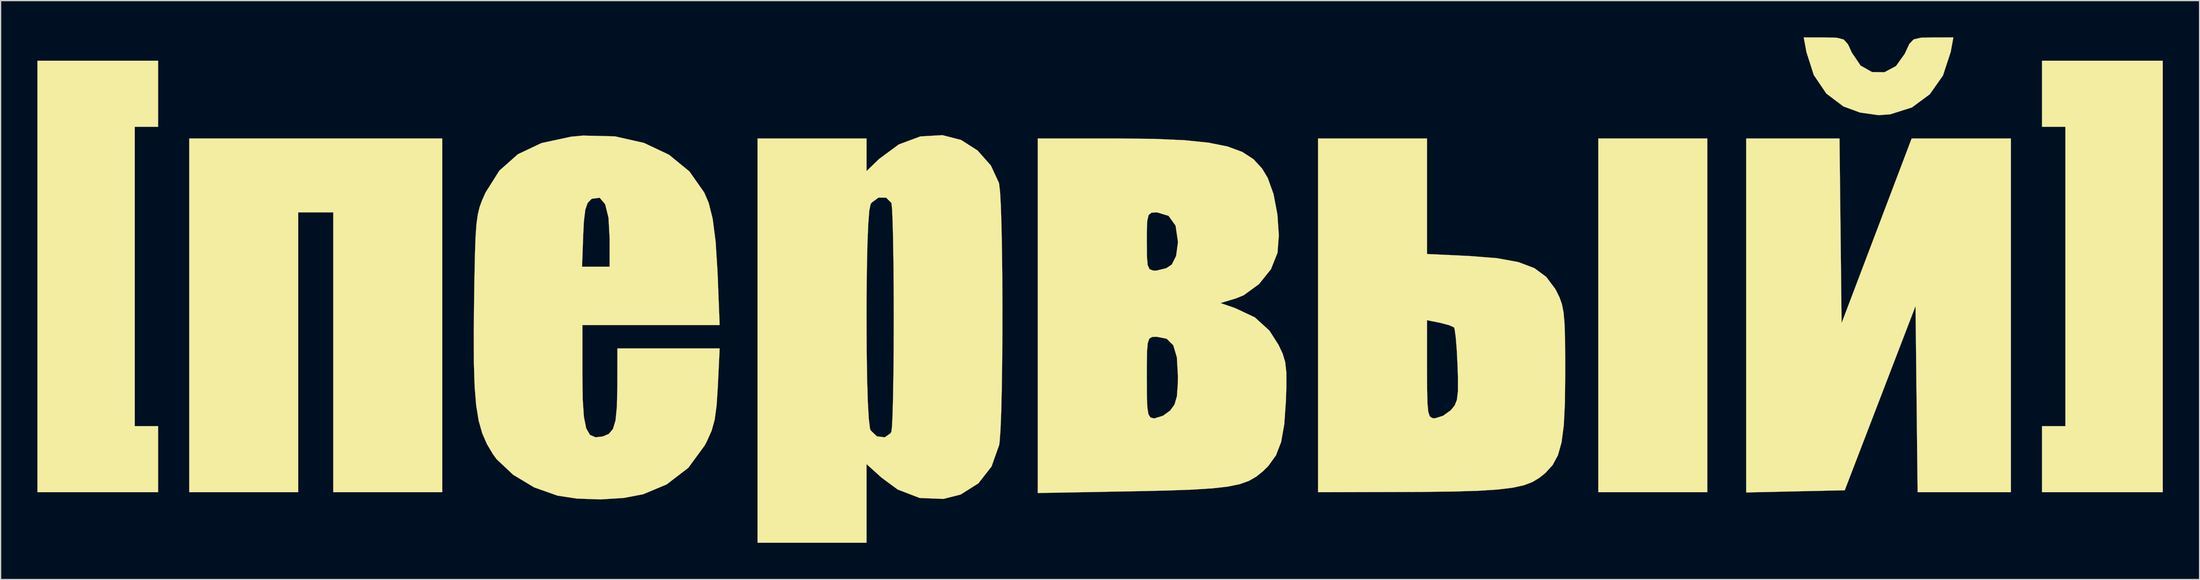
<source format=kicad_pcb>
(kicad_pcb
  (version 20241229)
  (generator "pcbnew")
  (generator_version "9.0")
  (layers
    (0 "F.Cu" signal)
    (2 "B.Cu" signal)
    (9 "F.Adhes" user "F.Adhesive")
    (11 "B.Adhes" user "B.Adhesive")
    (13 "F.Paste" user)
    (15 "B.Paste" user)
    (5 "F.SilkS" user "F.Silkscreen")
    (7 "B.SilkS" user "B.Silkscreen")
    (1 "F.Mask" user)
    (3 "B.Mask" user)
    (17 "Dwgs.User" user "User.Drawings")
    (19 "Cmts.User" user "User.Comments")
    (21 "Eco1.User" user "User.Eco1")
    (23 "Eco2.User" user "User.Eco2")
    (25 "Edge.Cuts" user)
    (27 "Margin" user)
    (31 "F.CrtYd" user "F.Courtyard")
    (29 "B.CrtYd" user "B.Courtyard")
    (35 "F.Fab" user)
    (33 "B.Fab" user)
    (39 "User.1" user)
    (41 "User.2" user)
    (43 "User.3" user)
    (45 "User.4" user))
  (footprint "logo"
    (layer "F.Cu")
    (at 89.222 20.643)
    (property "Reference" "logo" (at 0 0 0) (layer "F.SilkS") (effects (font (size 1.524 1.524) (thickness 0.3))))
    (attr through_hole)
    (fp_poly (pts (xy 46.99 16.51) (xy 38.1 16.51) (xy 38.1 -12.383) (xy 46.99 -12.383) (xy 46.99 16.51)) (stroke (width 0.01) (type solid)) (fill yes) (layer "F.SilkS"))
    (fp_poly (pts (xy -79.375 -13.335) (xy -81.28 -13.335) (xy -81.28 11.113) (xy -79.375 11.113) (xy -79.375 16.51) (xy -89.218 16.51) (xy -89.218 -18.733) (xy -79.375 -18.733) (xy -79.375 -13.335)) (stroke (width 0.01) (type solid)) (fill yes) (layer "F.SilkS"))
    (fp_poly (pts (xy -56.197 16.51) (xy -65.088 16.51) (xy -65.088 -6.35) (xy -67.945 -6.35) (xy -67.945 16.51) (xy -76.835 16.51) (xy -76.835 -12.383) (xy -56.197 -12.383) (xy -56.197 16.51)) (stroke (width 0.01) (type solid)) (fill yes) (layer "F.SilkS"))
    (fp_poly (pts (xy 84.138 16.51) (xy 74.295 16.51) (xy 74.295 11.113) (xy 76.2 11.113) (xy 76.2 -13.335) (xy 74.295 -13.335) (xy 74.295 -18.733) (xy 84.138 -18.733) (xy 84.138 16.51)) (stroke (width 0.01) (type solid)) (fill yes) (layer "F.SilkS"))
    (fp_poly (pts (xy 57.859 -4.842) (xy 57.944 2.699) (xy 63.659 -12.382) (xy 71.755 -12.383) (xy 71.755 16.51) (xy 64.146 16.51) (xy 64.061 8.908) (xy 63.976 1.307) (xy 61.089 8.829) (xy 58.202 16.351) (xy 54.183 16.44) (xy 50.165 16.529) (xy 50.165 -12.383) (xy 57.774 -12.383) (xy 57.859 -4.842)) (stroke (width 0.01) (type solid)) (fill yes) (layer "F.SilkS"))
    (fp_poly (pts (xy 66.844 -19.447) (xy 66.213 -17.522) (xy 65.138 -15.994) (xy 63.686 -14.92) (xy 61.921 -14.358) (xy 60.96 -14.287) (xy 59.451 -14.5) (xy 58.09 -15.002) (xy 56.699 -16.05) (xy 55.674 -17.569) (xy 55.076 -19.447) (xy 54.857 -20.637) (xy 56.559 -20.634) (xy 57.552 -20.61) (xy 58.119 -20.463) (xy 58.468 -20.076) (xy 58.788 -19.378) (xy 59.495 -18.336) (xy 60.428 -17.808) (xy 61.438 -17.794) (xy 62.379 -18.294) (xy 63.102 -19.308) (xy 63.132 -19.378) (xy 63.467 -20.102) (xy 63.822 -20.475) (xy 64.405 -20.613) (xy 65.361 -20.634) (xy 67.063 -20.638) (xy 66.844 -19.447)) (stroke (width 0.01) (type solid)) (fill yes) (layer "F.SilkS"))
    (fp_poly (pts (xy 24.13 -2.947) (xy 27.563 -2.785) (xy 29.836 -2.606) (xy 31.577 -2.288) (xy 32.883 -1.793) (xy 33.85 -1.081) (xy 34.574 -0.116) (xy 34.667 0.053) (xy 34.937 0.6) (xy 35.132 1.146) (xy 35.263 1.806) (xy 35.343 2.694) (xy 35.385 3.923) (xy 35.4 5.607) (xy 35.401 6.826) (xy 35.376 9.201) (xy 35.285 11.038) (xy 35.103 12.435) (xy 34.808 13.488) (xy 34.374 14.293) (xy 33.777 14.947) (xy 33.278 15.346) (xy 32.722 15.68) (xy 32.022 15.944) (xy 31.101 16.145) (xy 29.885 16.292) (xy 28.297 16.392) (xy 26.261 16.454) (xy 23.701 16.485) (xy 22.304 16.491) (xy 15.24 16.51) (xy 15.24 6.469) (xy 24.13 6.469) (xy 24.136 8.126) (xy 24.164 9.25) (xy 24.23 9.945) (xy 24.351 10.312) (xy 24.543 10.455) (xy 24.765 10.477) (xy 25.447 10.262) (xy 26.065 9.813) (xy 26.378 9.436) (xy 26.565 8.973) (xy 26.649 8.276) (xy 26.652 7.195) (xy 26.62 6.188) (xy 26.554 4.878) (xy 26.468 3.823) (xy 26.376 3.174) (xy 26.329 3.045) (xy 25.918 2.863) (xy 25.174 2.669) (xy 25.139 2.662) (xy 24.13 2.461) (xy 24.13 6.469) (xy 15.24 6.469) (xy 15.24 -12.383) (xy 24.13 -12.383) (xy 24.13 -2.947)) (stroke (width 0.01) (type solid)) (fill yes) (layer "F.SilkS"))
    (fp_poly (pts (xy -13.88 -12.263) (xy -12.533 -11.402) (xy -11.446 -10.172) (xy -10.8 -8.779) (xy -10.777 -8.687) (xy -10.697 -8.013) (xy -10.631 -6.805) (xy -10.579 -5.165) (xy -10.541 -3.193) (xy -10.517 -0.99) (xy -10.506 1.342) (xy -10.509 3.703) (xy -10.527 5.991) (xy -10.558 8.105) (xy -10.603 9.945) (xy -10.662 11.409) (xy -10.735 12.396) (xy -10.772 12.655) (xy -11.394 14.413) (xy -12.466 15.785) (xy -13.914 16.7) (xy -15.325 17.058) (xy -17.258 16.98) (xy -19.052 16.289) (xy -20.361 15.323) (xy -21.59 14.214) (xy -21.59 20.637) (xy -30.48 20.637) (xy -30.48 2.223) (xy -21.59 2.223) (xy -21.578 4.968) (xy -21.542 7.297) (xy -21.484 9.16) (xy -21.406 10.51) (xy -21.31 11.295) (xy -21.261 11.451) (xy -20.745 11.945) (xy -20.112 12.029) (xy -19.62 11.686) (xy -19.56 11.563) (xy -19.51 11.124) (xy -19.464 10.136) (xy -19.426 8.688) (xy -19.395 6.864) (xy -19.375 4.753) (xy -19.368 2.441) (xy -19.367 2.223) (xy -19.374 -0.104) (xy -19.393 -2.237) (xy -19.423 -4.09) (xy -19.461 -5.577) (xy -19.505 -6.61) (xy -19.555 -7.103) (xy -19.56 -7.118) (xy -19.993 -7.55) (xy -20.618 -7.551) (xy -21.179 -7.138) (xy -21.261 -7.006) (xy -21.365 -6.487) (xy -21.451 -5.383) (xy -21.518 -3.743) (xy -21.564 -1.615) (xy -21.588 0.951) (xy -21.59 2.223) (xy -30.48 2.223) (xy -30.48 -12.383) (xy -21.59 -12.383) (xy -21.59 -9.718) (xy -20.558 -10.717) (xy -18.959 -11.896) (xy -17.2 -12.551) (xy -15.404 -12.655) (xy -13.88 -12.263)) (stroke (width 0.01) (type solid)) (fill yes) (layer "F.SilkS"))
    (fp_poly (pts (xy -42.119 -12.557) (xy -39.751 -12.023) (xy -37.7 -11.055) (xy -36.035 -9.69) (xy -34.827 -7.967) (xy -34.465 -7.125) (xy -34.139 -5.823) (xy -33.901 -3.972) (xy -33.746 -1.531) (xy -33.738 -1.349) (xy -33.572 2.857) (xy -44.767 2.857) (xy -44.767 6.924) (xy -44.741 8.918) (xy -44.644 10.352) (xy -44.454 11.298) (xy -44.146 11.831) (xy -43.695 12.024) (xy -43.109 11.957) (xy -42.612 11.747) (xy -42.273 11.343) (xy -42.063 10.639) (xy -41.953 9.53) (xy -41.916 7.912) (xy -41.914 7.541) (xy -41.91 4.763) (xy -33.57 4.763) (xy -33.72 7.88) (xy -33.821 9.446) (xy -33.974 10.58) (xy -34.225 11.486) (xy -34.619 12.366) (xy -34.795 12.697) (xy -36.127 14.517) (xy -37.888 15.87) (xy -39.797 16.672) (xy -41.383 16.977) (xy -43.288 17.098) (xy -45.221 17.03) (xy -46.796 16.791) (xy -48.698 16.118) (xy -50.417 15.085) (xy -51.759 13.819) (xy -52.059 13.411) (xy -52.553 12.58) (xy -52.938 11.696) (xy -53.227 10.672) (xy -53.43 9.423) (xy -53.557 7.863) (xy -53.619 5.907) (xy -53.627 3.47) (xy -53.604 1.177) (xy -53.568 -1.18) (xy -53.552 -1.905) (xy -44.793 -1.905) (xy -42.545 -1.905) (xy -42.545 -4.226) (xy -42.637 -5.907) (xy -42.91 -7.016) (xy -43.357 -7.54) (xy -43.972 -7.464) (xy -44.035 -7.428) (xy -44.336 -7.123) (xy -44.529 -6.566) (xy -44.644 -5.619) (xy -44.701 -4.491) (xy -44.793 -1.905) (xy -53.552 -1.905) (xy -53.529 -2.997) (xy -53.479 -4.37) (xy -53.406 -5.393) (xy -53.301 -6.163) (xy -53.154 -6.774) (xy -52.956 -7.322) (xy -52.697 -7.902) (xy -52.664 -7.971) (xy -51.541 -9.755) (xy -50.035 -11.093) (xy -48.104 -12.009) (xy -45.71 -12.526) (xy -44.733 -12.619) (xy -42.119 -12.557)) (stroke (width 0.01) (type solid)) (fill yes) (layer "F.SilkS"))
    (fp_poly (pts (xy 1.857 -12.351) (xy 4.329 -12.243) (xy 6.307 -12.041) (xy 7.861 -11.728) (xy 9.061 -11.284) (xy 9.974 -10.691) (xy 10.671 -9.932) (xy 11.135 -9.163) (xy 11.609 -7.839) (xy 11.924 -6.179) (xy 12.041 -4.472) (xy 11.932 -3.043) (xy 11.399 -1.705) (xy 10.42 -0.484) (xy 9.18 0.419) (xy 8.533 0.684) (xy 7.282 1.059) (xy 8.465 1.466) (xy 10.086 2.229) (xy 11.276 3.315) (xy 12.009 4.464) (xy 12.352 5.186) (xy 12.558 5.875) (xy 12.653 6.706) (xy 12.658 7.859) (xy 12.618 9.049) (xy 12.483 10.973) (xy 12.229 12.407) (xy 11.811 13.492) (xy 11.182 14.369) (xy 10.746 14.799) (xy 10.203 15.236) (xy 9.603 15.582) (xy 8.864 15.848) (xy 7.902 16.048) (xy 6.638 16.193) (xy 4.988 16.298) (xy 2.87 16.373) (xy 0.203 16.432) (xy 0.079 16.434) (xy -7.62 16.575) (xy -7.62 7.144) (xy 1.27 7.144) (xy 1.278 8.631) (xy 1.316 9.596) (xy 1.406 10.15) (xy 1.568 10.406) (xy 1.825 10.476) (xy 1.905 10.477) (xy 2.596 10.262) (xy 3.175 9.842) (xy 3.531 9.354) (xy 3.728 8.669) (xy 3.804 7.607) (xy 3.81 7.008) (xy 3.723 5.49) (xy 3.432 4.506) (xy 2.892 3.973) (xy 2.058 3.81) (xy 2.041 3.81) (xy 1.698 3.83) (xy 1.476 3.967) (xy 1.348 4.333) (xy 1.288 5.041) (xy 1.271 6.204) (xy 1.27 7.144) (xy -7.62 7.144) (xy -7.62 -3.969) (xy 1.27 -3.969) (xy 1.281 -2.757) (xy 1.341 -2.047) (xy 1.494 -1.704) (xy 1.784 -1.596) (xy 2.041 -1.587) (xy 2.858 -1.788) (xy 3.311 -2.086) (xy 3.663 -2.79) (xy 3.809 -3.873) (xy 3.81 -3.969) (xy 3.618 -5.265) (xy 3.047 -6.062) (xy 2.104 -6.349) (xy 2.041 -6.35) (xy 1.649 -6.318) (xy 1.419 -6.131) (xy 1.308 -5.657) (xy 1.273 -4.762) (xy 1.27 -3.969) (xy -7.62 -3.969) (xy -7.62 -12.383) (xy -1.178 -12.383) (xy 1.857 -12.351)) (stroke (width 0.01) (type solid)) (fill yes) (layer "F.SilkS")))
  (gr_rect
    (start -3 -3)
    (end 176.365 44.285)
    (stroke (width 0.1) (type default))
    (fill no)
    (layer "Edge.Cuts")))
</source>
